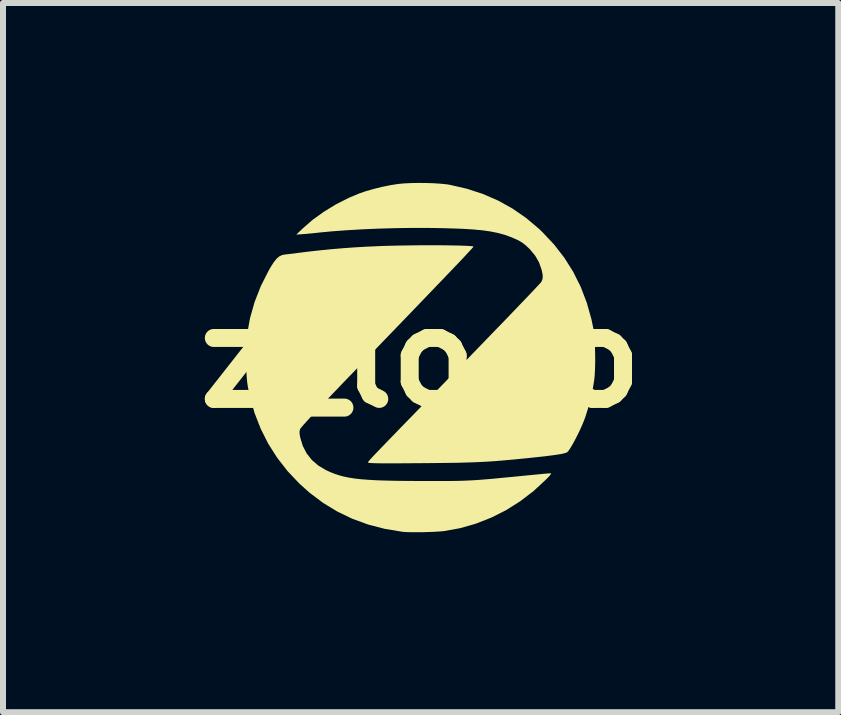
<source format=kicad_pcb>
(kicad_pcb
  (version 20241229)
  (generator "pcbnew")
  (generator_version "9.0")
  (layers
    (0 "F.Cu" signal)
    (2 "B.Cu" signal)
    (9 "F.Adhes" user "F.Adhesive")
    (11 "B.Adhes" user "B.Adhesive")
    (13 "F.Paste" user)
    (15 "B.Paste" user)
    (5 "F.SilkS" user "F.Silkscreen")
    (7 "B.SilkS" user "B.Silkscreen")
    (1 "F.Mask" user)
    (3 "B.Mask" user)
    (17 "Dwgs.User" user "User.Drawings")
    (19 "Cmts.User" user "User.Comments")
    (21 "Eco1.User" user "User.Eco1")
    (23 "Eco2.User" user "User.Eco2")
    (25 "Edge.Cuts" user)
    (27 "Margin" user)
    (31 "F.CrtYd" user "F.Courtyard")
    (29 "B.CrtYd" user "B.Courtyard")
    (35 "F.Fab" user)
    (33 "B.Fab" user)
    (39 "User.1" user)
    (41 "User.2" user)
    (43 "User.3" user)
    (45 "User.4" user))
  (footprint "z_logo"
    (layer "F.Cu")
    (at 3.962 2.911)
    (property "Reference" "z_logo" (at 0 0 0) (layer "F.SilkS") (effects (font (size 1.524 1.524) (thickness 0.3))))
    (attr board_only exclude_from_pos_files exclude_from_bom)
    (fp_poly (pts (xy 0.298 -1.872) (xy 0.422 -1.871) (xy 0.538 -1.869) (xy 0.641 -1.867) (xy 0.729 -1.864) (xy 0.8 -1.861) (xy 0.851 -1.857) (xy 0.878 -1.853) (xy 0.882 -1.851) (xy 0.878 -1.844) (xy 0.864 -1.827) (xy 0.84 -1.8) (xy 0.805 -1.763) (xy 0.76 -1.714) (xy 0.703 -1.653) (xy 0.634 -1.58) (xy 0.552 -1.494) (xy 0.457 -1.395) (xy 0.348 -1.281) (xy 0.225 -1.153) (xy 0.087 -1.009) (xy -0.066 -0.85) (xy -0.234 -0.675) (xy -0.42 -0.482) (xy -0.622 -0.273) (xy -0.841 -0.045) (xy -1.079 0.201) (xy -1.335 0.466) (xy -1.339 0.471) (xy -1.456 0.593) (xy -1.566 0.708) (xy -1.667 0.814) (xy -1.757 0.91) (xy -1.836 0.994) (xy -1.901 1.066) (xy -1.952 1.122) (xy -1.987 1.163) (xy -2.005 1.186) (xy -2.006 1.188) (xy -2.016 1.216) (xy -2.019 1.244) (xy -2.016 1.282) (xy -2.006 1.335) (xy -1.964 1.474) (xy -1.899 1.599) (xy -1.812 1.709) (xy -1.704 1.802) (xy -1.575 1.878) (xy -1.57 1.88) (xy -1.5 1.912) (xy -1.429 1.94) (xy -1.355 1.964) (xy -1.277 1.985) (xy -1.192 2.002) (xy -1.097 2.017) (xy -0.991 2.029) (xy -0.871 2.038) (xy -0.735 2.046) (xy -0.582 2.051) (xy -0.408 2.055) (xy -0.211 2.057) (xy 0.01 2.058) (xy 0.062 2.058) (xy 0.216 2.058) (xy 0.35 2.058) (xy 0.467 2.058) (xy 0.57 2.057) (xy 0.663 2.055) (xy 0.751 2.052) (xy 0.836 2.048) (xy 0.923 2.043) (xy 1.016 2.036) (xy 1.117 2.028) (xy 1.231 2.018) (xy 1.361 2.005) (xy 1.512 1.991) (xy 1.664 1.976) (xy 1.776 1.965) (xy 1.881 1.955) (xy 1.974 1.946) (xy 2.053 1.938) (xy 2.114 1.933) (xy 2.154 1.93) (xy 2.169 1.929) (xy 2.175 1.935) (xy 2.163 1.956) (xy 2.132 1.992) (xy 2.092 2.032) (xy 1.884 2.225) (xy 1.66 2.396) (xy 1.424 2.545) (xy 1.177 2.669) (xy 0.92 2.77) (xy 0.656 2.845) (xy 0.389 2.893) (xy 0.326 2.899) (xy 0.245 2.904) (xy 0.15 2.908) (xy 0.05 2.911) (xy -0.051 2.912) (xy -0.146 2.912) (xy -0.227 2.91) (xy -0.291 2.906) (xy -0.308 2.904) (xy -0.597 2.856) (xy -0.874 2.784) (xy -1.137 2.688) (xy -1.387 2.568) (xy -1.624 2.424) (xy -1.848 2.256) (xy -2.021 2.101) (xy -2.218 1.893) (xy -2.39 1.672) (xy -2.54 1.437) (xy -2.665 1.188) (xy -2.768 0.925) (xy -2.846 0.648) (xy -2.88 0.486) (xy -2.892 0.402) (xy -2.901 0.297) (xy -2.907 0.179) (xy -2.91 0.053) (xy -2.911 -0.074) (xy -2.908 -0.194) (xy -2.902 -0.302) (xy -2.894 -0.379) (xy -2.844 -0.656) (xy -2.767 -0.927) (xy -2.664 -1.191) (xy -2.534 -1.448) (xy -2.498 -1.511) (xy -2.447 -1.591) (xy -2.401 -1.648) (xy -2.357 -1.686) (xy -2.311 -1.708) (xy -2.279 -1.715) (xy -2.047 -1.744) (xy -1.837 -1.77) (xy -1.643 -1.791) (xy -1.459 -1.809) (xy -1.279 -1.824) (xy -1.099 -1.837) (xy -0.911 -1.848) (xy -0.711 -1.857) (xy -0.606 -1.861) (xy -0.493 -1.864) (xy -0.37 -1.867) (xy -0.24 -1.869) (xy -0.105 -1.871) (xy 0.031 -1.872) (xy 0.166 -1.872)) (stroke (width 0) (type solid)) (fill yes) (layer "F.SilkS"))
    (fp_poly (pts (xy 0.093 -2.91) (xy 0.22 -2.906) (xy 0.337 -2.898) (xy 0.437 -2.888) (xy 0.486 -2.88) (xy 0.769 -2.815) (xy 1.037 -2.728) (xy 1.291 -2.618) (xy 1.532 -2.484) (xy 1.759 -2.327) (xy 1.974 -2.146) (xy 2.029 -2.093) (xy 2.225 -1.885) (xy 2.397 -1.663) (xy 2.545 -1.428) (xy 2.669 -1.179) (xy 2.77 -0.916) (xy 2.848 -0.639) (xy 2.88 -0.486) (xy 2.892 -0.402) (xy 2.901 -0.297) (xy 2.907 -0.179) (xy 2.91 -0.053) (xy 2.911 0.073) (xy 2.908 0.194) (xy 2.902 0.302) (xy 2.894 0.379) (xy 2.869 0.53) (xy 2.834 0.691) (xy 2.791 0.85) (xy 2.744 0.998) (xy 2.723 1.053) (xy 2.691 1.131) (xy 2.654 1.213) (xy 2.613 1.297) (xy 2.572 1.377) (xy 2.532 1.45) (xy 2.496 1.51) (xy 2.467 1.554) (xy 2.447 1.576) (xy 2.426 1.587) (xy 2.392 1.597) (xy 2.342 1.608) (xy 2.275 1.619) (xy 2.188 1.631) (xy 2.08 1.645) (xy 1.949 1.659) (xy 1.793 1.676) (xy 1.737 1.681) (xy 1.592 1.696) (xy 1.46 1.708) (xy 1.339 1.719) (xy 1.224 1.728) (xy 1.112 1.735) (xy 1 1.741) (xy 0.883 1.746) (xy 0.759 1.75) (xy 0.624 1.754) (xy 0.474 1.756) (xy 0.305 1.758) (xy 0.115 1.76) (xy 0.003 1.761) (xy -0.179 1.762) (xy -0.337 1.763) (xy -0.47 1.763) (xy -0.581 1.763) (xy -0.671 1.763) (xy -0.742 1.762) (xy -0.797 1.76) (xy -0.835 1.758) (xy -0.86 1.756) (xy -0.873 1.753) (xy -0.875 1.75) (xy -0.875 1.747) (xy -0.875 1.744) (xy -0.874 1.74) (xy -0.87 1.734) (xy -0.863 1.725) (xy -0.852 1.713) (xy -0.837 1.695) (xy -0.816 1.672) (xy -0.789 1.643) (xy -0.754 1.606) (xy -0.71 1.561) (xy -0.658 1.506) (xy -0.596 1.442) (xy -0.523 1.366) (xy -0.438 1.279) (xy -0.341 1.178) (xy -0.23 1.064) (xy -0.104 0.935) (xy 0.036 0.79) (xy 0.193 0.629) (xy 0.366 0.451) (xy 0.557 0.254) (xy 0.643 0.166) (xy 0.802 0.002) (xy 0.956 -0.157) (xy 1.104 -0.31) (xy 1.245 -0.456) (xy 1.378 -0.593) (xy 1.501 -0.721) (xy 1.613 -0.838) (xy 1.714 -0.943) (xy 1.803 -1.036) (xy 1.877 -1.114) (xy 1.936 -1.177) (xy 1.98 -1.224) (xy 2.006 -1.253) (xy 2.014 -1.263) (xy 2.031 -1.303) (xy 2.037 -1.348) (xy 2.031 -1.403) (xy 2.016 -1.468) (xy 1.974 -1.588) (xy 1.91 -1.699) (xy 1.821 -1.806) (xy 1.811 -1.816) (xy 1.75 -1.873) (xy 1.695 -1.916) (xy 1.635 -1.951) (xy 1.598 -1.969) (xy 1.497 -2.012) (xy 1.394 -2.049) (xy 1.285 -2.078) (xy 1.166 -2.102) (xy 1.033 -2.121) (xy 0.882 -2.135) (xy 0.709 -2.146) (xy 0.636 -2.149) (xy 0.384 -2.157) (xy 0.118 -2.161) (xy -0.157 -2.161) (xy -0.436 -2.157) (xy -0.713 -2.149) (xy -0.983 -2.137) (xy -1.241 -2.122) (xy -1.481 -2.104) (xy -1.67 -2.086) (xy -1.751 -2.077) (xy -1.833 -2.069) (xy -1.906 -2.062) (xy -1.963 -2.058) (xy -1.97 -2.057) (xy -2.072 -2.05) (xy -1.97 -2.148) (xy -1.803 -2.294) (xy -1.614 -2.43) (xy -1.41 -2.555) (xy -1.196 -2.663) (xy -1.035 -2.731) (xy -0.918 -2.772) (xy -0.783 -2.811) (xy -0.64 -2.846) (xy -0.497 -2.875) (xy -0.374 -2.894) (xy -0.277 -2.903) (xy -0.162 -2.909) (xy -0.036 -2.911)) (stroke (width 0) (type solid)) (fill yes) (layer "F.SilkS")))
  (gr_rect
    (start -3 -3)
    (end 10.925 8.823)
    (stroke (width 0.1) (type default))
    (fill no)
    (layer "Edge.Cuts")))
</source>
